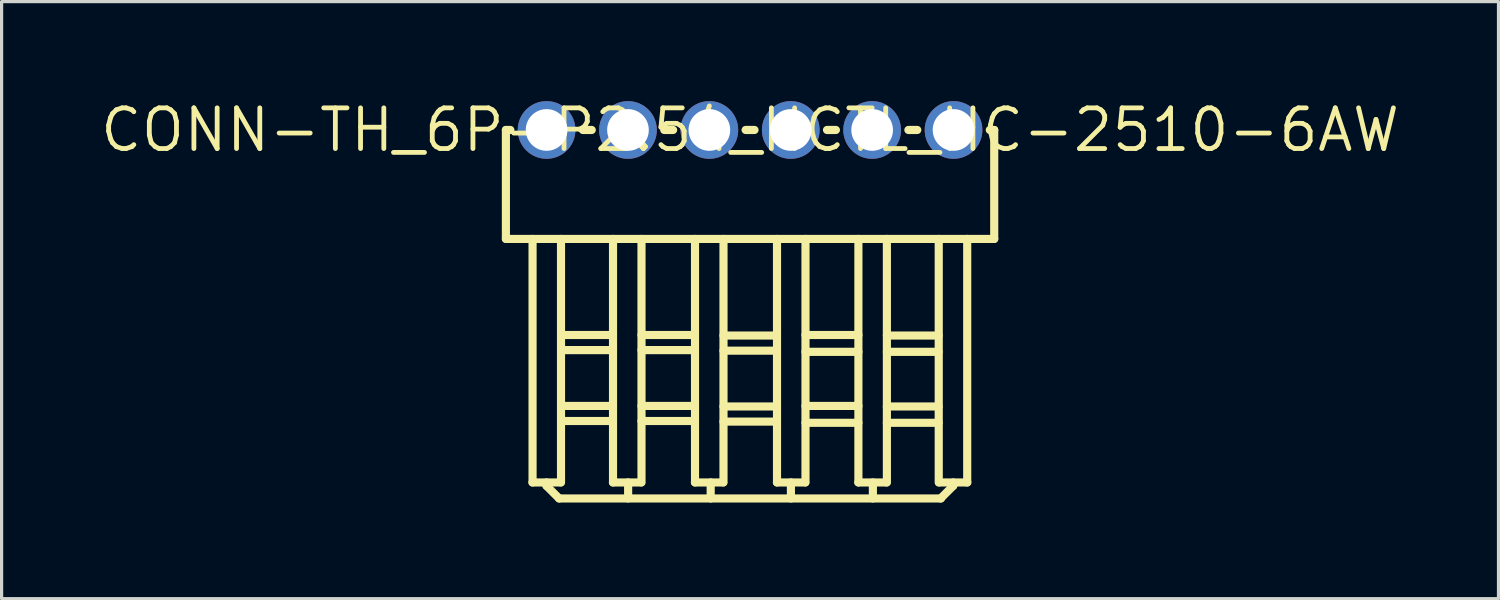
<source format=kicad_pcb>
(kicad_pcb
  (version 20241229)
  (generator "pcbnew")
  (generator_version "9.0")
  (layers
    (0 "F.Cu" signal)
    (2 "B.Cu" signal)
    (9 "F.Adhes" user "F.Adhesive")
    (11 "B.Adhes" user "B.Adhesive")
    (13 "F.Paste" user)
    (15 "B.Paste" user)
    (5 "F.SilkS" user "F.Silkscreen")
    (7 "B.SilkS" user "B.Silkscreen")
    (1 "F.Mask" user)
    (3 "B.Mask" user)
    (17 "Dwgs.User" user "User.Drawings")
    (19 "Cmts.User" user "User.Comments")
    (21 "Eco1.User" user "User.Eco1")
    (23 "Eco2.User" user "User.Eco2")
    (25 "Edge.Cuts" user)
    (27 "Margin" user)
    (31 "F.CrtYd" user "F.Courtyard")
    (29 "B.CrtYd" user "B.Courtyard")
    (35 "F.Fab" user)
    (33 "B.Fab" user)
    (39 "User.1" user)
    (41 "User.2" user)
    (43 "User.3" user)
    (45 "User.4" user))
  (footprint "CONN-TH_6P-P2.54_HCTL_HC-2510-6AW"
    (layer "F.Cu")
    (at 20.358 1.006)
    (property "Reference" "CONN-TH_6P-P2.54_HCTL_HC-2510-6AW" (at 0 0 0) (layer "F.SilkS") (effects (font (size 1.27 1.27) (thickness 0.15))))
    (attr through_hole)
    (fp_line (start -7.62 0) (end -7.481 0) (stroke (width 0.254) (type solid)) (layer "F.SilkS"))
    (fp_line (start -7.62 3.4) (end -7.62 0) (stroke (width 0.254) (type solid)) (layer "F.SilkS"))
    (fp_line (start -7.62 3.4) (end 7.62 3.4) (stroke (width 0.254) (type solid)) (layer "F.SilkS"))
    (fp_line (start -6.792 11) (end -5.91 11) (stroke (width 0.254) (type solid)) (layer "F.SilkS"))
    (fp_line (start -6.788 3.4) (end -6.788 11) (stroke (width 0.254) (type solid)) (layer "F.SilkS"))
    (fp_line (start -6.353 11) (end -6.353 11.106) (stroke (width 0.254) (type solid)) (layer "F.SilkS"))
    (fp_line (start -6.353 11.106) (end -5.959 11.5) (stroke (width 0.254) (type solid)) (layer "F.SilkS"))
    (fp_line (start -5.959 11.5) (end 5.959 11.5) (stroke (width 0.254) (type solid)) (layer "F.SilkS"))
    (fp_line (start -5.9 3.4) (end -5.9 11) (stroke (width 0.254) (type solid)) (layer "F.SilkS"))
    (fp_line (start -5.9 6.398) (end -4.277 6.398) (stroke (width 0.254) (type solid)) (layer "F.SilkS"))
    (fp_line (start -5.9 6.87) (end -4.277 6.87) (stroke (width 0.254) (type solid)) (layer "F.SilkS"))
    (fp_line (start -5.9 8.612) (end -4.277 8.612) (stroke (width 0.254) (type solid)) (layer "F.SilkS"))
    (fp_line (start -5.9 9.083) (end -4.277 9.083) (stroke (width 0.254) (type solid)) (layer "F.SilkS"))
    (fp_line (start -5.219 0) (end -4.941 0) (stroke (width 0.254) (type solid)) (layer "F.SilkS"))
    (fp_line (start -4.28 11) (end -3.399 11) (stroke (width 0.254) (type solid)) (layer "F.SilkS"))
    (fp_line (start -4.277 3.4) (end -4.277 11) (stroke (width 0.254) (type solid)) (layer "F.SilkS"))
    (fp_line (start -3.805 11) (end -3.805 11.5) (stroke (width 0.254) (type solid)) (layer "F.SilkS"))
    (fp_line (start -3.388 3.4) (end -3.388 11) (stroke (width 0.254) (type solid)) (layer "F.SilkS"))
    (fp_line (start -3.388 6.398) (end -1.718 6.398) (stroke (width 0.254) (type solid)) (layer "F.SilkS"))
    (fp_line (start -3.388 6.87) (end -1.718 6.87) (stroke (width 0.254) (type solid)) (layer "F.SilkS"))
    (fp_line (start -3.388 8.612) (end -1.718 8.612) (stroke (width 0.254) (type solid)) (layer "F.SilkS"))
    (fp_line (start -3.388 9.083) (end -1.718 9.083) (stroke (width 0.254) (type solid)) (layer "F.SilkS"))
    (fp_line (start -2.679 0) (end -2.401 0) (stroke (width 0.254) (type solid)) (layer "F.SilkS"))
    (fp_line (start -1.721 11) (end -0.84 11) (stroke (width 0.254) (type solid)) (layer "F.SilkS"))
    (fp_line (start -1.718 3.4) (end -1.718 11) (stroke (width 0.254) (type solid)) (layer "F.SilkS"))
    (fp_line (start -1.229 11) (end -1.229 11.5) (stroke (width 0.254) (type solid)) (layer "F.SilkS"))
    (fp_line (start -0.829 3.4) (end -0.829 11) (stroke (width 0.254) (type solid)) (layer "F.SilkS"))
    (fp_line (start -0.829 6.416) (end 0.841 6.416) (stroke (width 0.254) (type solid)) (layer "F.SilkS"))
    (fp_line (start -0.829 6.888) (end 0.841 6.888) (stroke (width 0.254) (type solid)) (layer "F.SilkS"))
    (fp_line (start -0.829 8.63) (end 0.841 8.63) (stroke (width 0.254) (type solid)) (layer "F.SilkS"))
    (fp_line (start -0.829 9.101) (end 0.841 9.101) (stroke (width 0.254) (type solid)) (layer "F.SilkS"))
    (fp_line (start -0.139 0) (end 0.139 0) (stroke (width 0.254) (type solid)) (layer "F.SilkS"))
    (fp_line (start 0.838 11) (end 1.719 11) (stroke (width 0.254) (type solid)) (layer "F.SilkS"))
    (fp_line (start 0.841 3.4) (end 0.841 11) (stroke (width 0.254) (type solid)) (layer "F.SilkS"))
    (fp_line (start 1.275 11) (end 1.275 11.5) (stroke (width 0.254) (type solid)) (layer "F.SilkS"))
    (fp_line (start 1.73 3.4) (end 1.73 11) (stroke (width 0.254) (type solid)) (layer "F.SilkS"))
    (fp_line (start 1.73 6.398) (end 3.381 6.398) (stroke (width 0.254) (type solid)) (layer "F.SilkS"))
    (fp_line (start 1.73 6.924) (end 3.381 6.924) (stroke (width 0.254) (type solid)) (layer "F.SilkS"))
    (fp_line (start 1.73 8.612) (end 3.381 8.612) (stroke (width 0.254) (type solid)) (layer "F.SilkS"))
    (fp_line (start 1.73 9.138) (end 3.381 9.138) (stroke (width 0.254) (type solid)) (layer "F.SilkS"))
    (fp_line (start 2.401 0) (end 2.679 0) (stroke (width 0.254) (type solid)) (layer "F.SilkS"))
    (fp_line (start 3.378 11) (end 4.259 11) (stroke (width 0.254) (type solid)) (layer "F.SilkS"))
    (fp_line (start 3.381 3.4) (end 3.381 11) (stroke (width 0.254) (type solid)) (layer "F.SilkS"))
    (fp_line (start 3.833 11) (end 3.833 11.5) (stroke (width 0.254) (type solid)) (layer "F.SilkS"))
    (fp_line (start 4.27 3.4) (end 4.27 11) (stroke (width 0.254) (type solid)) (layer "F.SilkS"))
    (fp_line (start 4.27 6.416) (end 5.883 6.416) (stroke (width 0.254) (type solid)) (layer "F.SilkS"))
    (fp_line (start 4.27 6.924) (end 5.883 6.924) (stroke (width 0.254) (type solid)) (layer "F.SilkS"))
    (fp_line (start 4.27 8.63) (end 5.883 8.63) (stroke (width 0.254) (type solid)) (layer "F.SilkS"))
    (fp_line (start 4.27 9.138) (end 5.883 9.138) (stroke (width 0.254) (type solid)) (layer "F.SilkS"))
    (fp_line (start 4.941 0) (end 5.219 0) (stroke (width 0.254) (type solid)) (layer "F.SilkS"))
    (fp_line (start 5.888 3.4) (end 5.888 11) (stroke (width 0.254) (type solid)) (layer "F.SilkS"))
    (fp_line (start 6.341 11) (end 6.341 11.106) (stroke (width 0.254) (type solid)) (layer "F.SilkS"))
    (fp_line (start 6.341 11.106) (end 5.947 11.5) (stroke (width 0.254) (type solid)) (layer "F.SilkS"))
    (fp_line (start 6.777 3.4) (end 6.777 11) (stroke (width 0.254) (type solid)) (layer "F.SilkS"))
    (fp_line (start 6.78 11) (end 5.899 11) (stroke (width 0.254) (type solid)) (layer "F.SilkS"))
    (fp_line (start 7.481 0) (end 7.62 0) (stroke (width 0.254) (type solid)) (layer "F.SilkS"))
    (fp_line (start 7.62 3.4) (end 7.62 0) (stroke (width 0.254) (type solid)) (layer "F.SilkS"))
    (fp_text user "" (at 0 0 0) (layer "Cmts.User") (effects (font (size 1 1) (thickness 0.15))))
    (pad "1" thru_hole circle (at -6.35 0) (size 1.8 1.8) (drill 1.3) (layers "*.Cu" "*.Paste" "*.Mask"))
    (pad "2" thru_hole circle (at -3.81 0) (size 1.8 1.8) (drill 1.3) (layers "*.Cu" "*.Paste" "*.Mask"))
    (pad "3" thru_hole circle (at -1.27 0) (size 1.8 1.8) (drill 1.3) (layers "*.Cu" "*.Paste" "*.Mask"))
    (pad "4" thru_hole circle (at 1.27 0) (size 1.8 1.8) (drill 1.3) (layers "*.Cu" "*.Paste" "*.Mask"))
    (pad "5" thru_hole circle (at 3.81 0) (size 1.8 1.8) (drill 1.3) (layers "*.Cu" "*.Paste" "*.Mask"))
    (pad "6" thru_hole circle (at 6.35 0) (size 1.8 1.8) (drill 1.3) (layers "*.Cu" "*.Paste" "*.Mask")))
  (gr_rect
    (start -3 -3)
    (end 43.715 15.633)
    (stroke (width 0.1) (type default))
    (fill no)
    (layer "Edge.Cuts")))
</source>
